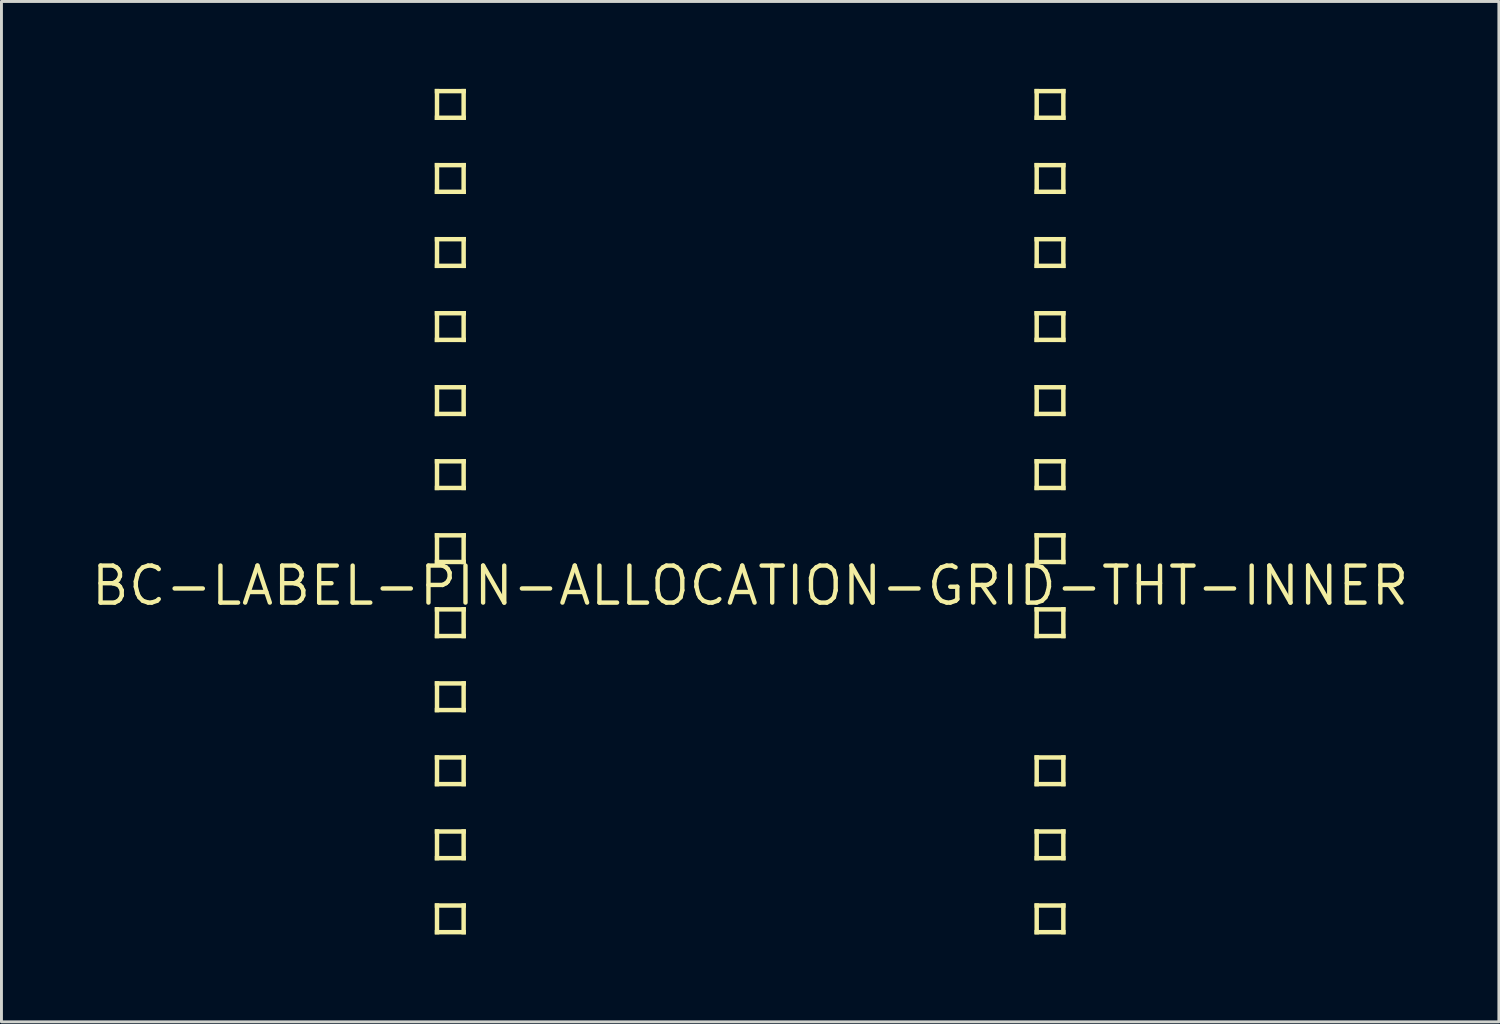
<source format=kicad_pcb>
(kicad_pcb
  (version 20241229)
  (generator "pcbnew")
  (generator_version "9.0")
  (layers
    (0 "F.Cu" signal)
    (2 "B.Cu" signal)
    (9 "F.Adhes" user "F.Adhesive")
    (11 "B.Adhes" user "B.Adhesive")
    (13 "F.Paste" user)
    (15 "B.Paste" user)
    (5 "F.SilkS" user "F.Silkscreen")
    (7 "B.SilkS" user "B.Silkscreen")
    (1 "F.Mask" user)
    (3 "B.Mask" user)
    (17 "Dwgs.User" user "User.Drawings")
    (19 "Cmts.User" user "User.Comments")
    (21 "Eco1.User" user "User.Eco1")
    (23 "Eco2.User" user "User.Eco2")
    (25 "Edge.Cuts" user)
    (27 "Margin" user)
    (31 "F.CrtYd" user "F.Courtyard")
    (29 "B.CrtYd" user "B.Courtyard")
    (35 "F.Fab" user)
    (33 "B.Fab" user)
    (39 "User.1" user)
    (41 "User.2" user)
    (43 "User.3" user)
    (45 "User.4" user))
  (footprint "BC-LABEL-PIN-ALLOCATION-GRID-THT-INNER"
    (layer "F.Cu")
    (at 22.686 17.043)
    (property "Reference" "BC-LABEL-PIN-ALLOCATION-GRID-THT-INNER" (at 0 0 0) (unlocked yes) (layer "F.SilkS") (effects (font (size 1.27 1.27) (thickness 0.15))))
    (fp_poly (pts (xy -10.82 -16.891) (xy -9.754 -16.891) (xy -9.754 -17.043) (xy -10.82 -17.043)) (stroke (width 0) (type default)) (fill yes) (layer "F.SilkS"))
    (fp_poly (pts (xy -10.82 -15.977) (xy -10.668 -15.977) (xy -10.668 -17.043) (xy -10.82 -17.043)) (stroke (width 0) (type default)) (fill yes) (layer "F.SilkS"))
    (fp_poly (pts (xy -10.82 -15.977) (xy -9.754 -15.977) (xy -9.754 -16.129) (xy -10.82 -16.129)) (stroke (width 0) (type default)) (fill yes) (layer "F.SilkS"))
    (fp_poly (pts (xy -10.82 -14.351) (xy -9.754 -14.351) (xy -9.754 -14.503) (xy -10.82 -14.503)) (stroke (width 0) (type default)) (fill yes) (layer "F.SilkS"))
    (fp_poly (pts (xy -10.82 -13.437) (xy -10.668 -13.437) (xy -10.668 -14.503) (xy -10.82 -14.503)) (stroke (width 0) (type default)) (fill yes) (layer "F.SilkS"))
    (fp_poly (pts (xy -10.82 -13.437) (xy -9.754 -13.437) (xy -9.754 -13.589) (xy -10.82 -13.589)) (stroke (width 0) (type default)) (fill yes) (layer "F.SilkS"))
    (fp_poly (pts (xy -10.82 -11.811) (xy -9.754 -11.811) (xy -9.754 -11.963) (xy -10.82 -11.963)) (stroke (width 0) (type default)) (fill yes) (layer "F.SilkS"))
    (fp_poly (pts (xy -10.82 -10.897) (xy -10.668 -10.897) (xy -10.668 -11.963) (xy -10.82 -11.963)) (stroke (width 0) (type default)) (fill yes) (layer "F.SilkS"))
    (fp_poly (pts (xy -10.82 -10.897) (xy -9.754 -10.897) (xy -9.754 -11.049) (xy -10.82 -11.049)) (stroke (width 0) (type default)) (fill yes) (layer "F.SilkS"))
    (fp_poly (pts (xy -10.82 -9.271) (xy -9.754 -9.271) (xy -9.754 -9.423) (xy -10.82 -9.423)) (stroke (width 0) (type default)) (fill yes) (layer "F.SilkS"))
    (fp_poly (pts (xy -10.82 -8.357) (xy -10.668 -8.357) (xy -10.668 -9.423) (xy -10.82 -9.423)) (stroke (width 0) (type default)) (fill yes) (layer "F.SilkS"))
    (fp_poly (pts (xy -10.82 -8.357) (xy -9.754 -8.357) (xy -9.754 -8.509) (xy -10.82 -8.509)) (stroke (width 0) (type default)) (fill yes) (layer "F.SilkS"))
    (fp_poly (pts (xy -10.82 -6.731) (xy -9.754 -6.731) (xy -9.754 -6.883) (xy -10.82 -6.883)) (stroke (width 0) (type default)) (fill yes) (layer "F.SilkS"))
    (fp_poly (pts (xy -10.82 -5.817) (xy -10.668 -5.817) (xy -10.668 -6.883) (xy -10.82 -6.883)) (stroke (width 0) (type default)) (fill yes) (layer "F.SilkS"))
    (fp_poly (pts (xy -10.82 -5.817) (xy -9.754 -5.817) (xy -9.754 -5.969) (xy -10.82 -5.969)) (stroke (width 0) (type default)) (fill yes) (layer "F.SilkS"))
    (fp_poly (pts (xy -10.82 -4.191) (xy -9.754 -4.191) (xy -9.754 -4.343) (xy -10.82 -4.343)) (stroke (width 0) (type default)) (fill yes) (layer "F.SilkS"))
    (fp_poly (pts (xy -10.82 -3.277) (xy -10.668 -3.277) (xy -10.668 -4.343) (xy -10.82 -4.343)) (stroke (width 0) (type default)) (fill yes) (layer "F.SilkS"))
    (fp_poly (pts (xy -10.82 -3.277) (xy -9.754 -3.277) (xy -9.754 -3.429) (xy -10.82 -3.429)) (stroke (width 0) (type default)) (fill yes) (layer "F.SilkS"))
    (fp_poly (pts (xy -10.82 -1.651) (xy -9.754 -1.651) (xy -9.754 -1.803) (xy -10.82 -1.803)) (stroke (width 0) (type default)) (fill yes) (layer "F.SilkS"))
    (fp_poly (pts (xy -10.82 -0.737) (xy -10.668 -0.737) (xy -10.668 -1.803) (xy -10.82 -1.803)) (stroke (width 0) (type default)) (fill yes) (layer "F.SilkS"))
    (fp_poly (pts (xy -10.82 -0.737) (xy -9.754 -0.737) (xy -9.754 -0.889) (xy -10.82 -0.889)) (stroke (width 0) (type default)) (fill yes) (layer "F.SilkS"))
    (fp_poly (pts (xy -10.82 0.889) (xy -9.754 0.889) (xy -9.754 0.737) (xy -10.82 0.737)) (stroke (width 0) (type default)) (fill yes) (layer "F.SilkS"))
    (fp_poly (pts (xy -10.82 1.803) (xy -10.668 1.803) (xy -10.668 0.737) (xy -10.82 0.737)) (stroke (width 0) (type default)) (fill yes) (layer "F.SilkS"))
    (fp_poly (pts (xy -10.82 1.803) (xy -9.754 1.803) (xy -9.754 1.651) (xy -10.82 1.651)) (stroke (width 0) (type default)) (fill yes) (layer "F.SilkS"))
    (fp_poly (pts (xy -10.82 3.429) (xy -9.754 3.429) (xy -9.754 3.277) (xy -10.82 3.277)) (stroke (width 0) (type default)) (fill yes) (layer "F.SilkS"))
    (fp_poly (pts (xy -10.82 4.343) (xy -10.668 4.343) (xy -10.668 3.277) (xy -10.82 3.277)) (stroke (width 0) (type default)) (fill yes) (layer "F.SilkS"))
    (fp_poly (pts (xy -10.82 4.343) (xy -9.754 4.343) (xy -9.754 4.191) (xy -10.82 4.191)) (stroke (width 0) (type default)) (fill yes) (layer "F.SilkS"))
    (fp_poly (pts (xy -10.82 5.969) (xy -9.754 5.969) (xy -9.754 5.817) (xy -10.82 5.817)) (stroke (width 0) (type default)) (fill yes) (layer "F.SilkS"))
    (fp_poly (pts (xy -10.82 6.883) (xy -10.668 6.883) (xy -10.668 5.817) (xy -10.82 5.817)) (stroke (width 0) (type default)) (fill yes) (layer "F.SilkS"))
    (fp_poly (pts (xy -10.82 6.883) (xy -9.754 6.883) (xy -9.754 6.731) (xy -10.82 6.731)) (stroke (width 0) (type default)) (fill yes) (layer "F.SilkS"))
    (fp_poly (pts (xy -10.82 8.509) (xy -9.754 8.509) (xy -9.754 8.357) (xy -10.82 8.357)) (stroke (width 0) (type default)) (fill yes) (layer "F.SilkS"))
    (fp_poly (pts (xy -10.82 9.423) (xy -10.668 9.423) (xy -10.668 8.357) (xy -10.82 8.357)) (stroke (width 0) (type default)) (fill yes) (layer "F.SilkS"))
    (fp_poly (pts (xy -10.82 9.423) (xy -9.754 9.423) (xy -9.754 9.271) (xy -10.82 9.271)) (stroke (width 0) (type default)) (fill yes) (layer "F.SilkS"))
    (fp_poly (pts (xy -10.82 11.049) (xy -9.754 11.049) (xy -9.754 10.897) (xy -10.82 10.897)) (stroke (width 0) (type default)) (fill yes) (layer "F.SilkS"))
    (fp_poly (pts (xy -10.82 11.963) (xy -10.668 11.963) (xy -10.668 10.897) (xy -10.82 10.897)) (stroke (width 0) (type default)) (fill yes) (layer "F.SilkS"))
    (fp_poly (pts (xy -10.82 11.963) (xy -9.754 11.963) (xy -9.754 11.811) (xy -10.82 11.811)) (stroke (width 0) (type default)) (fill yes) (layer "F.SilkS"))
    (fp_poly (pts (xy -9.906 -15.977) (xy -9.754 -15.977) (xy -9.754 -17.043) (xy -9.906 -17.043)) (stroke (width 0) (type default)) (fill yes) (layer "F.SilkS"))
    (fp_poly (pts (xy -9.906 -13.437) (xy -9.754 -13.437) (xy -9.754 -14.503) (xy -9.906 -14.503)) (stroke (width 0) (type default)) (fill yes) (layer "F.SilkS"))
    (fp_poly (pts (xy -9.906 -10.897) (xy -9.754 -10.897) (xy -9.754 -11.963) (xy -9.906 -11.963)) (stroke (width 0) (type default)) (fill yes) (layer "F.SilkS"))
    (fp_poly (pts (xy -9.906 -8.357) (xy -9.754 -8.357) (xy -9.754 -9.423) (xy -9.906 -9.423)) (stroke (width 0) (type default)) (fill yes) (layer "F.SilkS"))
    (fp_poly (pts (xy -9.906 -5.817) (xy -9.754 -5.817) (xy -9.754 -6.883) (xy -9.906 -6.883)) (stroke (width 0) (type default)) (fill yes) (layer "F.SilkS"))
    (fp_poly (pts (xy -9.906 -3.277) (xy -9.754 -3.277) (xy -9.754 -4.343) (xy -9.906 -4.343)) (stroke (width 0) (type default)) (fill yes) (layer "F.SilkS"))
    (fp_poly (pts (xy -9.906 -0.737) (xy -9.754 -0.737) (xy -9.754 -1.803) (xy -9.906 -1.803)) (stroke (width 0) (type default)) (fill yes) (layer "F.SilkS"))
    (fp_poly (pts (xy -9.906 1.803) (xy -9.754 1.803) (xy -9.754 0.737) (xy -9.906 0.737)) (stroke (width 0) (type default)) (fill yes) (layer "F.SilkS"))
    (fp_poly (pts (xy -9.906 4.343) (xy -9.754 4.343) (xy -9.754 3.277) (xy -9.906 3.277)) (stroke (width 0) (type default)) (fill yes) (layer "F.SilkS"))
    (fp_poly (pts (xy -9.906 6.883) (xy -9.754 6.883) (xy -9.754 5.817) (xy -9.906 5.817)) (stroke (width 0) (type default)) (fill yes) (layer "F.SilkS"))
    (fp_poly (pts (xy -9.906 9.423) (xy -9.754 9.423) (xy -9.754 8.357) (xy -9.906 8.357)) (stroke (width 0) (type default)) (fill yes) (layer "F.SilkS"))
    (fp_poly (pts (xy -9.906 11.963) (xy -9.754 11.963) (xy -9.754 10.897) (xy -9.906 10.897)) (stroke (width 0) (type default)) (fill yes) (layer "F.SilkS"))
    (fp_poly (pts (xy 9.906 -17.043) (xy 9.754 -17.043) (xy 9.754 -15.977) (xy 9.906 -15.977)) (stroke (width 0) (type default)) (fill yes) (layer "F.SilkS"))
    (fp_poly (pts (xy 9.906 -14.503) (xy 9.754 -14.503) (xy 9.754 -13.437) (xy 9.906 -13.437)) (stroke (width 0) (type default)) (fill yes) (layer "F.SilkS"))
    (fp_poly (pts (xy 9.906 -11.963) (xy 9.754 -11.963) (xy 9.754 -10.897) (xy 9.906 -10.897)) (stroke (width 0) (type default)) (fill yes) (layer "F.SilkS"))
    (fp_poly (pts (xy 9.906 -9.423) (xy 9.754 -9.423) (xy 9.754 -8.357) (xy 9.906 -8.357)) (stroke (width 0) (type default)) (fill yes) (layer "F.SilkS"))
    (fp_poly (pts (xy 9.906 -6.883) (xy 9.754 -6.883) (xy 9.754 -5.817) (xy 9.906 -5.817)) (stroke (width 0) (type default)) (fill yes) (layer "F.SilkS"))
    (fp_poly (pts (xy 9.906 -4.343) (xy 9.754 -4.343) (xy 9.754 -3.277) (xy 9.906 -3.277)) (stroke (width 0) (type default)) (fill yes) (layer "F.SilkS"))
    (fp_poly (pts (xy 9.906 -1.803) (xy 9.754 -1.803) (xy 9.754 -0.737) (xy 9.906 -0.737)) (stroke (width 0) (type default)) (fill yes) (layer "F.SilkS"))
    (fp_poly (pts (xy 9.906 0.737) (xy 9.754 0.737) (xy 9.754 1.803) (xy 9.906 1.803)) (stroke (width 0) (type default)) (fill yes) (layer "F.SilkS"))
    (fp_poly (pts (xy 9.906 5.817) (xy 9.754 5.817) (xy 9.754 6.883) (xy 9.906 6.883)) (stroke (width 0) (type default)) (fill yes) (layer "F.SilkS"))
    (fp_poly (pts (xy 9.906 8.357) (xy 9.754 8.357) (xy 9.754 9.423) (xy 9.906 9.423)) (stroke (width 0) (type default)) (fill yes) (layer "F.SilkS"))
    (fp_poly (pts (xy 9.906 10.897) (xy 9.754 10.897) (xy 9.754 11.963) (xy 9.906 11.963)) (stroke (width 0) (type default)) (fill yes) (layer "F.SilkS"))
    (fp_poly (pts (xy 10.82 -17.043) (xy 9.754 -17.043) (xy 9.754 -16.891) (xy 10.82 -16.891)) (stroke (width 0) (type default)) (fill yes) (layer "F.SilkS"))
    (fp_poly (pts (xy 10.82 -17.043) (xy 10.668 -17.043) (xy 10.668 -15.977) (xy 10.82 -15.977)) (stroke (width 0) (type default)) (fill yes) (layer "F.SilkS"))
    (fp_poly (pts (xy 10.82 -16.129) (xy 9.754 -16.129) (xy 9.754 -15.977) (xy 10.82 -15.977)) (stroke (width 0) (type default)) (fill yes) (layer "F.SilkS"))
    (fp_poly (pts (xy 10.82 -14.503) (xy 9.754 -14.503) (xy 9.754 -14.351) (xy 10.82 -14.351)) (stroke (width 0) (type default)) (fill yes) (layer "F.SilkS"))
    (fp_poly (pts (xy 10.82 -14.503) (xy 10.668 -14.503) (xy 10.668 -13.437) (xy 10.82 -13.437)) (stroke (width 0) (type default)) (fill yes) (layer "F.SilkS"))
    (fp_poly (pts (xy 10.82 -13.589) (xy 9.754 -13.589) (xy 9.754 -13.437) (xy 10.82 -13.437)) (stroke (width 0) (type default)) (fill yes) (layer "F.SilkS"))
    (fp_poly (pts (xy 10.82 -11.963) (xy 9.754 -11.963) (xy 9.754 -11.811) (xy 10.82 -11.811)) (stroke (width 0) (type default)) (fill yes) (layer "F.SilkS"))
    (fp_poly (pts (xy 10.82 -11.963) (xy 10.668 -11.963) (xy 10.668 -10.897) (xy 10.82 -10.897)) (stroke (width 0) (type default)) (fill yes) (layer "F.SilkS"))
    (fp_poly (pts (xy 10.82 -11.049) (xy 9.754 -11.049) (xy 9.754 -10.897) (xy 10.82 -10.897)) (stroke (width 0) (type default)) (fill yes) (layer "F.SilkS"))
    (fp_poly (pts (xy 10.82 -9.423) (xy 9.754 -9.423) (xy 9.754 -9.271) (xy 10.82 -9.271)) (stroke (width 0) (type default)) (fill yes) (layer "F.SilkS"))
    (fp_poly (pts (xy 10.82 -9.423) (xy 10.668 -9.423) (xy 10.668 -8.357) (xy 10.82 -8.357)) (stroke (width 0) (type default)) (fill yes) (layer "F.SilkS"))
    (fp_poly (pts (xy 10.82 -8.509) (xy 9.754 -8.509) (xy 9.754 -8.357) (xy 10.82 -8.357)) (stroke (width 0) (type default)) (fill yes) (layer "F.SilkS"))
    (fp_poly (pts (xy 10.82 -6.883) (xy 9.754 -6.883) (xy 9.754 -6.731) (xy 10.82 -6.731)) (stroke (width 0) (type default)) (fill yes) (layer "F.SilkS"))
    (fp_poly (pts (xy 10.82 -6.883) (xy 10.668 -6.883) (xy 10.668 -5.817) (xy 10.82 -5.817)) (stroke (width 0) (type default)) (fill yes) (layer "F.SilkS"))
    (fp_poly (pts (xy 10.82 -5.969) (xy 9.754 -5.969) (xy 9.754 -5.817) (xy 10.82 -5.817)) (stroke (width 0) (type default)) (fill yes) (layer "F.SilkS"))
    (fp_poly (pts (xy 10.82 -4.343) (xy 9.754 -4.343) (xy 9.754 -4.191) (xy 10.82 -4.191)) (stroke (width 0) (type default)) (fill yes) (layer "F.SilkS"))
    (fp_poly (pts (xy 10.82 -4.343) (xy 10.668 -4.343) (xy 10.668 -3.277) (xy 10.82 -3.277)) (stroke (width 0) (type default)) (fill yes) (layer "F.SilkS"))
    (fp_poly (pts (xy 10.82 -3.429) (xy 9.754 -3.429) (xy 9.754 -3.277) (xy 10.82 -3.277)) (stroke (width 0) (type default)) (fill yes) (layer "F.SilkS"))
    (fp_poly (pts (xy 10.82 -1.803) (xy 9.754 -1.803) (xy 9.754 -1.651) (xy 10.82 -1.651)) (stroke (width 0) (type default)) (fill yes) (layer "F.SilkS"))
    (fp_poly (pts (xy 10.82 -1.803) (xy 10.668 -1.803) (xy 10.668 -0.737) (xy 10.82 -0.737)) (stroke (width 0) (type default)) (fill yes) (layer "F.SilkS"))
    (fp_poly (pts (xy 10.82 -0.889) (xy 9.754 -0.889) (xy 9.754 -0.737) (xy 10.82 -0.737)) (stroke (width 0) (type default)) (fill yes) (layer "F.SilkS"))
    (fp_poly (pts (xy 10.82 0.737) (xy 9.754 0.737) (xy 9.754 0.889) (xy 10.82 0.889)) (stroke (width 0) (type default)) (fill yes) (layer "F.SilkS"))
    (fp_poly (pts (xy 10.82 0.737) (xy 10.668 0.737) (xy 10.668 1.803) (xy 10.82 1.803)) (stroke (width 0) (type default)) (fill yes) (layer "F.SilkS"))
    (fp_poly (pts (xy 10.82 1.651) (xy 9.754 1.651) (xy 9.754 1.803) (xy 10.82 1.803)) (stroke (width 0) (type default)) (fill yes) (layer "F.SilkS"))
    (fp_poly (pts (xy 10.82 5.817) (xy 9.754 5.817) (xy 9.754 5.969) (xy 10.82 5.969)) (stroke (width 0) (type default)) (fill yes) (layer "F.SilkS"))
    (fp_poly (pts (xy 10.82 5.817) (xy 10.668 5.817) (xy 10.668 6.883) (xy 10.82 6.883)) (stroke (width 0) (type default)) (fill yes) (layer "F.SilkS"))
    (fp_poly (pts (xy 10.82 6.731) (xy 9.754 6.731) (xy 9.754 6.883) (xy 10.82 6.883)) (stroke (width 0) (type default)) (fill yes) (layer "F.SilkS"))
    (fp_poly (pts (xy 10.82 8.357) (xy 9.754 8.357) (xy 9.754 8.509) (xy 10.82 8.509)) (stroke (width 0) (type default)) (fill yes) (layer "F.SilkS"))
    (fp_poly (pts (xy 10.82 8.357) (xy 10.668 8.357) (xy 10.668 9.423) (xy 10.82 9.423)) (stroke (width 0) (type default)) (fill yes) (layer "F.SilkS"))
    (fp_poly (pts (xy 10.82 9.271) (xy 9.754 9.271) (xy 9.754 9.423) (xy 10.82 9.423)) (stroke (width 0) (type default)) (fill yes) (layer "F.SilkS"))
    (fp_poly (pts (xy 10.82 10.897) (xy 9.754 10.897) (xy 9.754 11.049) (xy 10.82 11.049)) (stroke (width 0) (type default)) (fill yes) (layer "F.SilkS"))
    (fp_poly (pts (xy 10.82 10.897) (xy 10.668 10.897) (xy 10.668 11.963) (xy 10.82 11.963)) (stroke (width 0) (type default)) (fill yes) (layer "F.SilkS"))
    (fp_poly (pts (xy 10.82 11.811) (xy 9.754 11.811) (xy 9.754 11.963) (xy 10.82 11.963)) (stroke (width 0) (type default)) (fill yes) (layer "F.SilkS")))
  (gr_rect
    (start -3 -3)
    (end 48.372 32.007)
    (stroke (width 0.1) (type default))
    (fill no)
    (layer "Edge.Cuts")))
</source>
